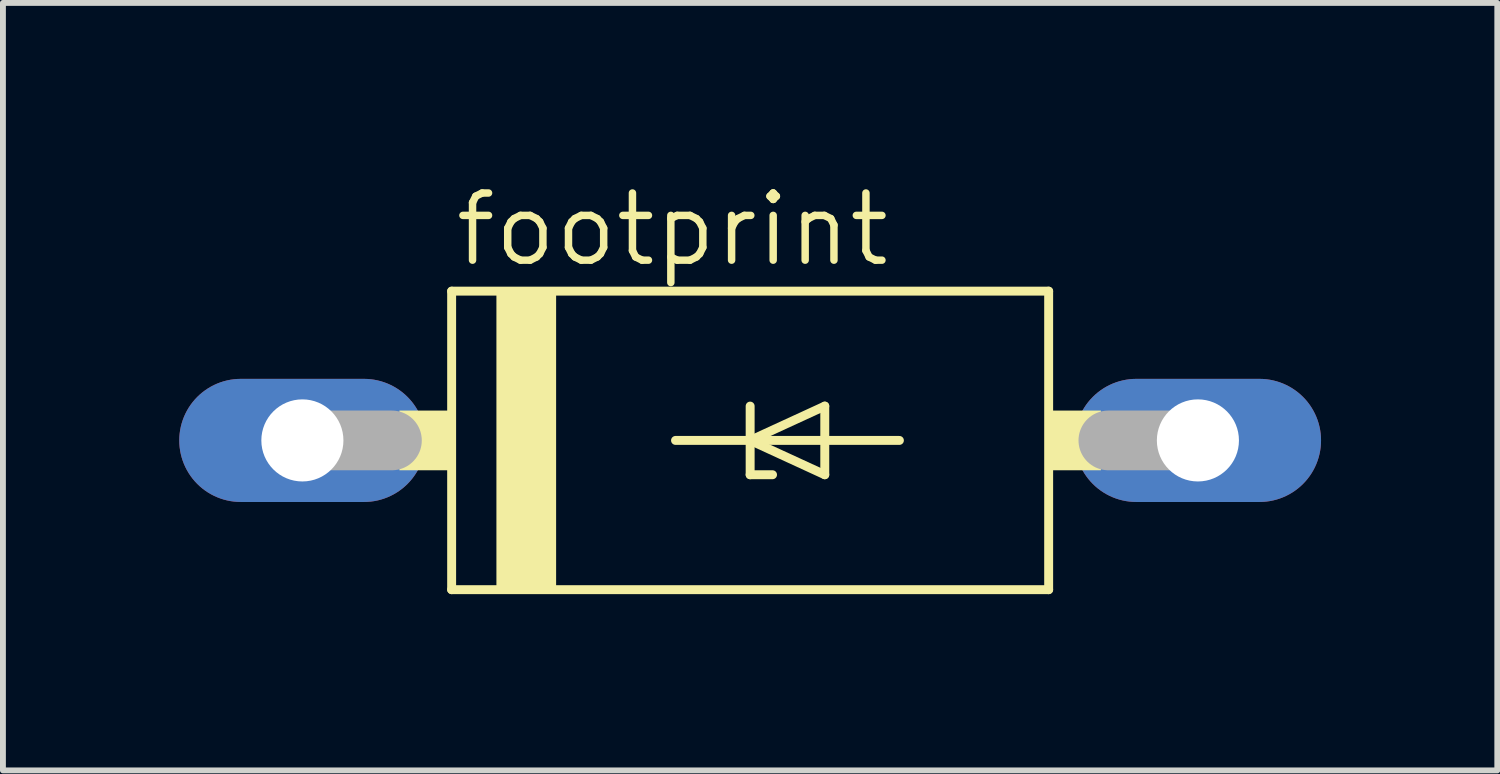
<source format=kicad_pcb>
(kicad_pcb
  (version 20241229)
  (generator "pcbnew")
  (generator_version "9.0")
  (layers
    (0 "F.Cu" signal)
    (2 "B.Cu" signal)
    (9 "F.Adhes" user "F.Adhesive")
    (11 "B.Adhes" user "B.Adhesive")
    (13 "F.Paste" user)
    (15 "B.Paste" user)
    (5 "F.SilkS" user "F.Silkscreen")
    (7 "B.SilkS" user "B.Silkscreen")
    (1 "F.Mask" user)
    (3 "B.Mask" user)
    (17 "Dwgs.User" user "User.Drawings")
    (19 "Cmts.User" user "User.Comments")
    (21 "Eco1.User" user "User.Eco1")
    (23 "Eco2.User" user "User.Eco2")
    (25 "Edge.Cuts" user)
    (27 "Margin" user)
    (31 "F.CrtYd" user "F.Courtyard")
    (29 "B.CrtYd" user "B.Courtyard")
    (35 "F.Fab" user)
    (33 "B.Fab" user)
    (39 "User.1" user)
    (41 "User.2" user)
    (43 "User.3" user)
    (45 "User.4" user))
  (footprint "footprint"
    (layer "F.Cu")
    (at 9.716 4.445)
    (property "Reference" "footprint" (at -5.08 -2.921 0) (layer "F.SilkS") (effects (font (size 1.143 1.143) (thickness 0.127)) (justify left bottom)))
    (fp_line (start -5.08 -2.54) (end 5.08 -2.54) (stroke (width 0.152) (type solid)) (layer "F.SilkS"))
    (fp_line (start -5.08 2.54) (end -5.08 -2.54) (stroke (width 0.152) (type solid)) (layer "F.SilkS"))
    (fp_line (start -1.27 0) (end 0 0) (stroke (width 0.152) (type solid)) (layer "F.SilkS"))
    (fp_line (start 0 -0.584) (end 0 0) (stroke (width 0.152) (type solid)) (layer "F.SilkS"))
    (fp_line (start 0 0) (end 0 0.584) (stroke (width 0.152) (type solid)) (layer "F.SilkS"))
    (fp_line (start 0 0) (end 1.27 -0.584) (stroke (width 0.152) (type solid)) (layer "F.SilkS"))
    (fp_line (start 0 0) (end 2.54 0) (stroke (width 0.152) (type solid)) (layer "F.SilkS"))
    (fp_line (start 0 0.584) (end 0.381 0.584) (stroke (width 0.152) (type solid)) (layer "F.SilkS"))
    (fp_line (start 1.27 -0.584) (end 1.27 0.584) (stroke (width 0.152) (type solid)) (layer "F.SilkS"))
    (fp_line (start 1.27 0.584) (end 0 0) (stroke (width 0.152) (type solid)) (layer "F.SilkS"))
    (fp_line (start 5.08 -2.54) (end 5.08 2.54) (stroke (width 0.152) (type solid)) (layer "F.SilkS"))
    (fp_line (start 5.08 2.54) (end -5.08 2.54) (stroke (width 0.152) (type solid)) (layer "F.SilkS"))
    (fp_poly (pts (xy -5.969 0.508) (xy -5.08 0.508) (xy -5.08 -0.508) (xy -5.969 -0.508)) (stroke (width 0) (type solid)) (fill yes) (layer "F.SilkS"))
    (fp_poly (pts (xy -4.318 2.54) (xy -3.302 2.54) (xy -3.302 -2.54) (xy -4.318 -2.54)) (stroke (width 0) (type solid)) (fill yes) (layer "F.SilkS"))
    (fp_poly (pts (xy 5.08 0.508) (xy 5.969 0.508) (xy 5.969 -0.508) (xy 5.08 -0.508)) (stroke (width 0) (type solid)) (fill yes) (layer "F.SilkS"))
    (fp_line (start -7.62 0) (end -6.096 0) (stroke (width 1.016) (type solid)) (layer "F.Fab"))
    (fp_line (start 7.62 0) (end 6.096 0) (stroke (width 1.016) (type solid)) (layer "F.Fab"))
    (pad "A" thru_hole oval (at 7.62 0) (size 4.191 2.095) (drill 1.397) (layers "*.Cu" "*.Mask"))
    (pad "C" thru_hole oval (at -7.62 0) (size 4.191 2.095) (drill 1.397) (layers "*.Cu" "*.Mask")))
  (gr_rect
    (start -3 -3)
    (end 22.431 10.061)
    (stroke (width 0.1) (type default))
    (fill no)
    (layer "Edge.Cuts")))
</source>
